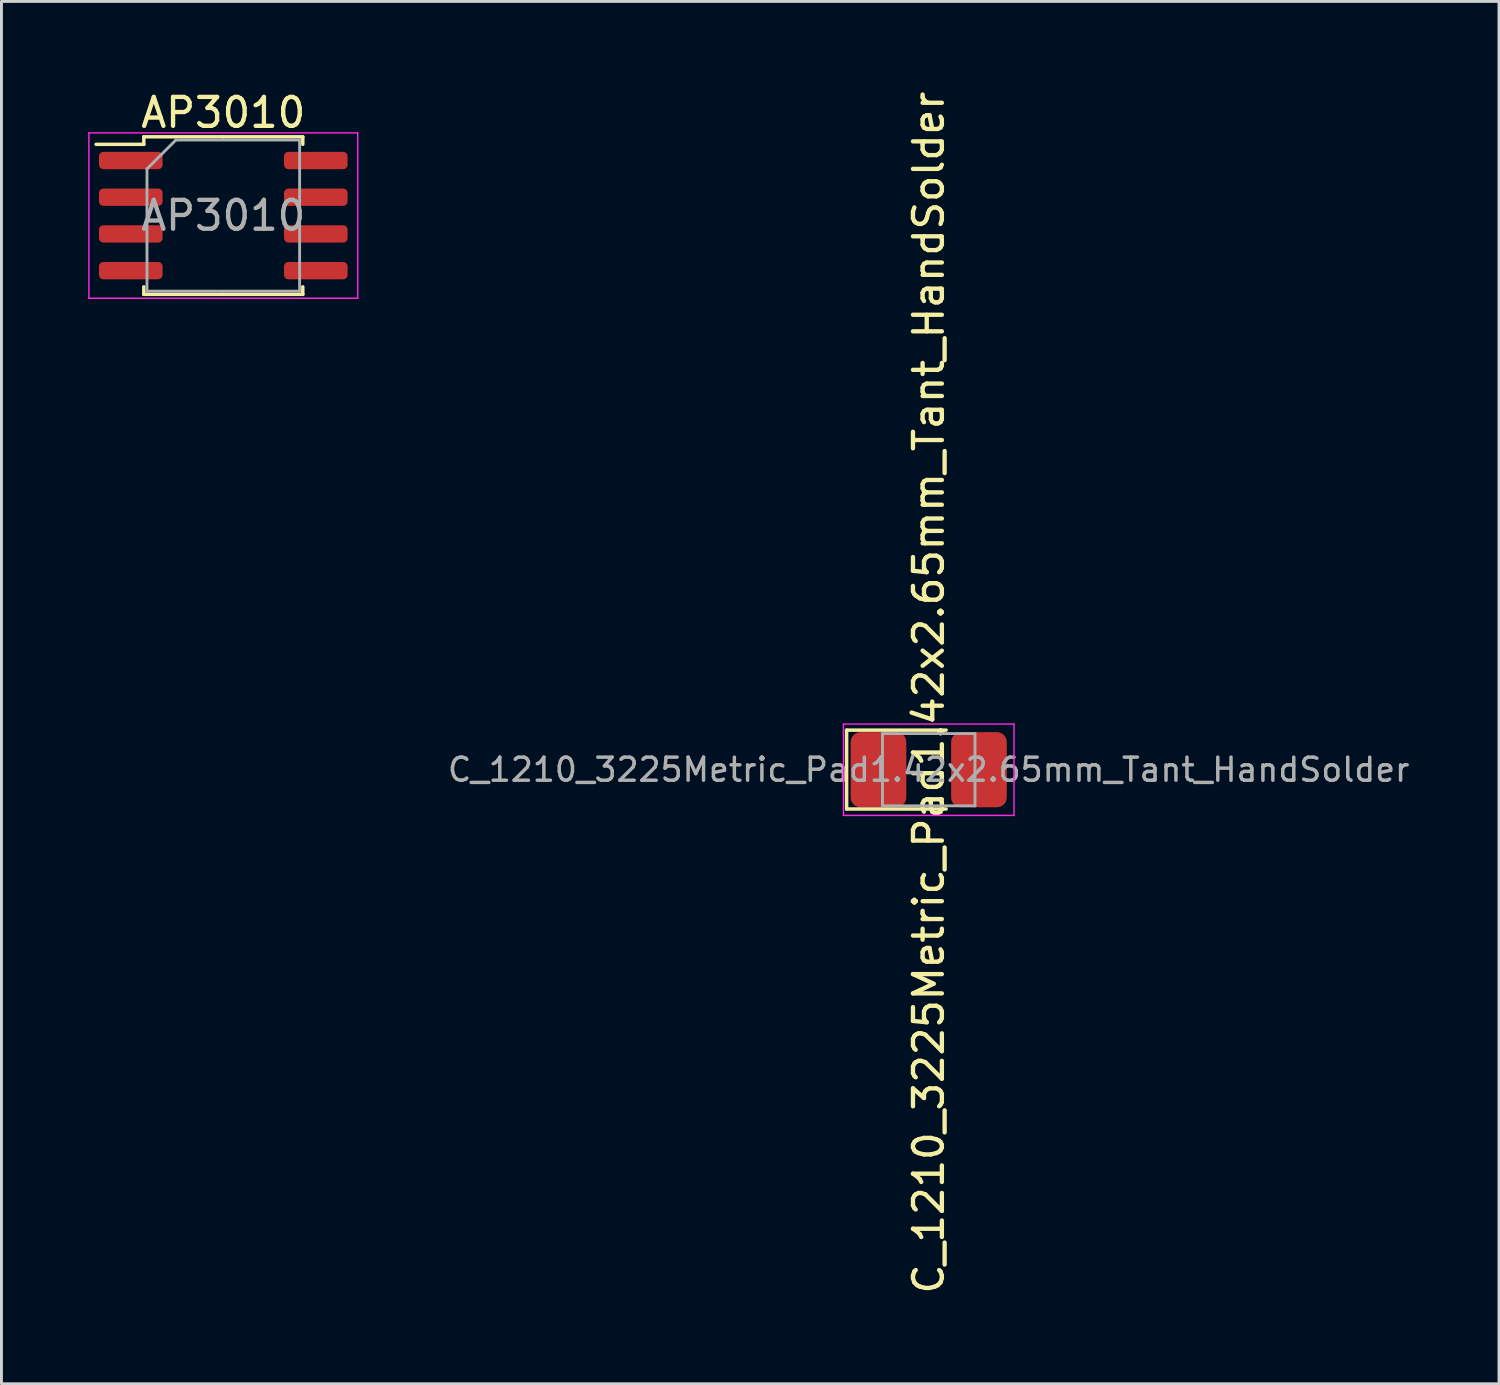
<source format=kicad_pcb>
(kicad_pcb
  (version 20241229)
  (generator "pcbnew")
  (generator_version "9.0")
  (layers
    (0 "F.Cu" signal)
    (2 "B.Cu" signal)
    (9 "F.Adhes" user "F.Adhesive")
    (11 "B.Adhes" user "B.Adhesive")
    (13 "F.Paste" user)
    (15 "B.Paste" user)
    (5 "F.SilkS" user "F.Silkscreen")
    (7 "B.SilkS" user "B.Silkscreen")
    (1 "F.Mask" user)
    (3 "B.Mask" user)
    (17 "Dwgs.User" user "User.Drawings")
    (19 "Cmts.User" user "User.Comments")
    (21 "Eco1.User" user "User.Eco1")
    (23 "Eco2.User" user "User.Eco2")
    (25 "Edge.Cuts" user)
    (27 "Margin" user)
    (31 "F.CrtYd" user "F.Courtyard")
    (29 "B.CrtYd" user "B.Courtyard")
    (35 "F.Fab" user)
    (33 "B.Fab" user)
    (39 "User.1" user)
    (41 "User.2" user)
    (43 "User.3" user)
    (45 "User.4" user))
  (footprint "AP3010"
    (layer "F.Cu")
    (at 4.675 4.408)
    (property "Reference" "AP3010" (at 0 -3.56 0) (layer "F.SilkS") (effects (font (size 1 1) (thickness 0.15))))
    (attr smd)
    (fp_line (start -2.75 -2.725) (end -2.75 -2.465) (stroke (width 0.12) (type solid)) (layer "F.SilkS"))
    (fp_line (start -2.75 -2.465) (end -4.4 -2.465) (stroke (width 0.12) (type solid)) (layer "F.SilkS"))
    (fp_line (start -2.75 2.725) (end -2.75 2.465) (stroke (width 0.12) (type solid)) (layer "F.SilkS"))
    (fp_line (start 0 -2.725) (end -2.75 -2.725) (stroke (width 0.12) (type solid)) (layer "F.SilkS"))
    (fp_line (start 0 -2.725) (end 2.75 -2.725) (stroke (width 0.12) (type solid)) (layer "F.SilkS"))
    (fp_line (start 0 2.725) (end -2.75 2.725) (stroke (width 0.12) (type solid)) (layer "F.SilkS"))
    (fp_line (start 0 2.725) (end 2.75 2.725) (stroke (width 0.12) (type solid)) (layer "F.SilkS"))
    (fp_line (start 2.75 -2.725) (end 2.75 -2.465) (stroke (width 0.12) (type solid)) (layer "F.SilkS"))
    (fp_line (start 2.75 2.725) (end 2.75 2.465) (stroke (width 0.12) (type solid)) (layer "F.SilkS"))
    (fp_line (start -4.65 -2.86) (end -4.65 2.86) (stroke (width 0.05) (type solid)) (layer "F.CrtYd"))
    (fp_line (start -4.65 2.86) (end 4.65 2.86) (stroke (width 0.05) (type solid)) (layer "F.CrtYd"))
    (fp_line (start 4.65 -2.86) (end -4.65 -2.86) (stroke (width 0.05) (type solid)) (layer "F.CrtYd"))
    (fp_line (start 4.65 2.86) (end 4.65 -2.86) (stroke (width 0.05) (type solid)) (layer "F.CrtYd"))
    (fp_line (start -2.64 -1.615) (end -1.64 -2.615) (stroke (width 0.1) (type solid)) (layer "F.Fab"))
    (fp_line (start -2.64 2.615) (end -2.64 -1.615) (stroke (width 0.1) (type solid)) (layer "F.Fab"))
    (fp_line (start -1.64 -2.615) (end 2.64 -2.615) (stroke (width 0.1) (type solid)) (layer "F.Fab"))
    (fp_line (start 2.64 -2.615) (end 2.64 2.615) (stroke (width 0.1) (type solid)) (layer "F.Fab"))
    (fp_line (start 2.64 2.615) (end -2.64 2.615) (stroke (width 0.1) (type solid)) (layer "F.Fab"))
    (fp_text user "${REFERENCE}" (at 0 0 0) (layer "F.Fab") (effects (font (size 1 1) (thickness 0.15))))
    (pad "1" smd roundrect (at -3.2 -1.905) (size 2.2 0.6) (layers "F.Cu" "F.Mask" "F.Paste") (roundrect_rratio 0.25))
    (pad "2" smd roundrect (at -3.2 -0.635) (size 2.2 0.6) (layers "F.Cu" "F.Mask" "F.Paste") (roundrect_rratio 0.25))
    (pad "3" smd roundrect (at -3.2 0.635) (size 2.2 0.6) (layers "F.Cu" "F.Mask" "F.Paste") (roundrect_rratio 0.25))
    (pad "4" smd roundrect (at -3.2 1.905) (size 2.2 0.6) (layers "F.Cu" "F.Mask" "F.Paste") (roundrect_rratio 0.25))
    (pad "5" smd roundrect (at 3.2 1.905) (size 2.2 0.6) (layers "F.Cu" "F.Mask" "F.Paste") (roundrect_rratio 0.25))
    (pad "6" smd roundrect (at 3.2 0.635) (size 2.2 0.6) (layers "F.Cu" "F.Mask" "F.Paste") (roundrect_rratio 0.25))
    (pad "7" smd roundrect (at 3.2 -0.635) (size 2.2 0.6) (layers "F.Cu" "F.Mask" "F.Paste") (roundrect_rratio 0.25))
    (pad "8" smd roundrect (at 3.2 -1.905) (size 2.2 0.6) (layers "F.Cu" "F.Mask" "F.Paste") (roundrect_rratio 0.25)))
  (footprint "C_1210_3225Metric_Pad1.42x2.65mm_Tant_HandSolder"
    (layer "F.Cu")
    (at 29.079 23.578)
    (property "Reference" "C_1210_3225Metric_Pad1.42x2.65mm_Tant_HandSolder" (at 0 -2.667 90) (layer "F.SilkS") (effects (font (size 1 1) (thickness 0.15))))
    (attr smd)
    (fp_line (start -2.84 -1.37) (end -2.84 1.36) (stroke (width 0.12) (type solid)) (layer "F.SilkS"))
    (fp_line (start -2.84 -1.37) (end 0.602 -1.37) (stroke (width 0.12) (type solid)) (layer "F.SilkS"))
    (fp_line (start -2.84 1.36) (end 0.602 1.36) (stroke (width 0.12) (type solid)) (layer "F.SilkS"))
    (fp_line (start -2.95 -1.58) (end 2.95 -1.58) (stroke (width 0.05) (type solid)) (layer "F.CrtYd"))
    (fp_line (start -2.95 1.58) (end -2.95 -1.58) (stroke (width 0.05) (type solid)) (layer "F.CrtYd"))
    (fp_line (start 2.95 -1.58) (end 2.95 1.58) (stroke (width 0.05) (type solid)) (layer "F.CrtYd"))
    (fp_line (start 2.95 1.58) (end -2.95 1.58) (stroke (width 0.05) (type solid)) (layer "F.CrtYd"))
    (fp_line (start -1.6 -1.25) (end 1.6 -1.25) (stroke (width 0.1) (type solid)) (layer "F.Fab"))
    (fp_line (start -1.6 1.25) (end -1.6 -1.25) (stroke (width 0.1) (type solid)) (layer "F.Fab"))
    (fp_line (start 1.6 -1.25) (end 1.6 1.25) (stroke (width 0.1) (type solid)) (layer "F.Fab"))
    (fp_line (start 1.6 1.25) (end -1.6 1.25) (stroke (width 0.1) (type solid)) (layer "F.Fab"))
    (fp_text user "${REFERENCE}" (at 0 0 180) (layer "F.Fab") (effects (font (size 0.8 0.8) (thickness 0.12))))
    (pad "1" smd roundrect (at -1.738 0) (size 1.925 2.6) (layers "F.Cu" "F.Mask" "F.Paste") (roundrect_rratio 0.175))
    (pad "2" smd roundrect (at 1.738 0) (size 1.925 2.6) (layers "F.Cu" "F.Mask" "F.Paste") (roundrect_rratio 0.175)))
  (gr_rect
    (start -3 -3)
    (end 48.807 44.821)
    (stroke (width 0.1) (type default))
    (fill no)
    (layer "Edge.Cuts")))
</source>
